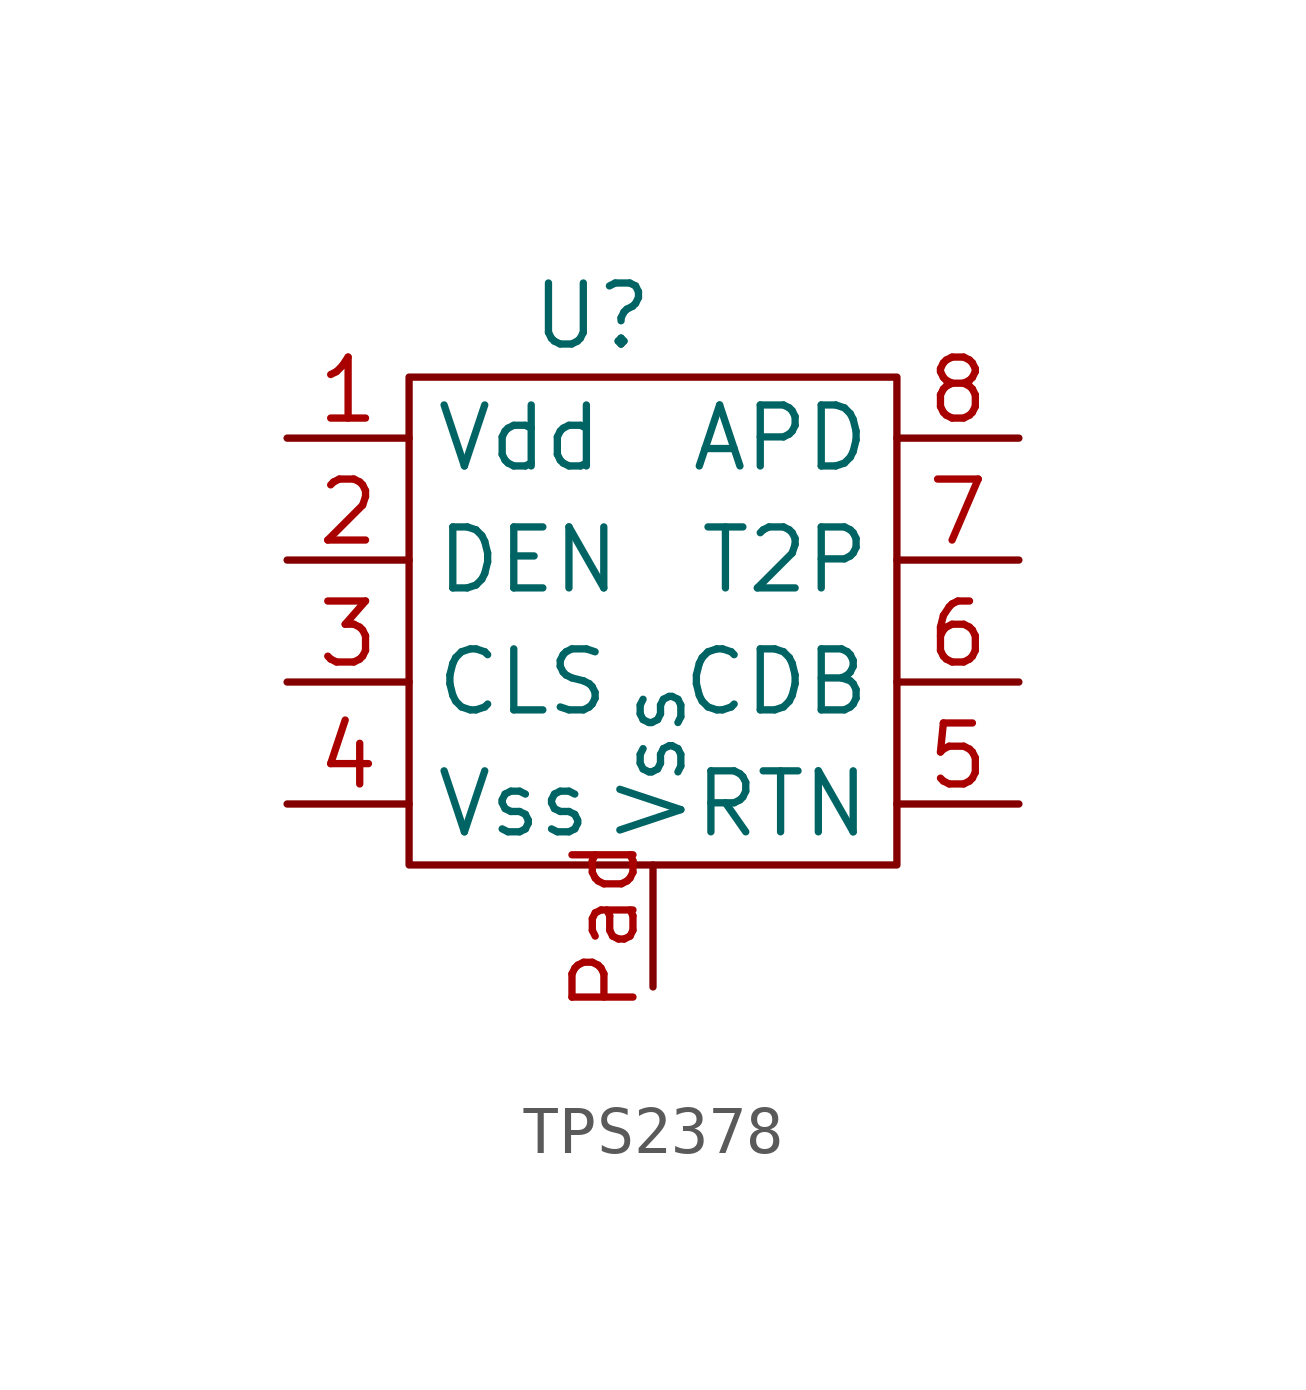
<source format=kicad_sym>
(kicad_symbol_lib
  (version 20220914)
  (generator kicad_symbol_editor)
  (symbol "TPS2378"
    (property "Reference" "U"
      (at -1.27 6.35 0)
      (effects (font (size 1.27 1.27))))
    (property "Value" ""
      (at 0 1.27 0)
      (effects (font (size 1.27 1.27))))
    (symbol "TPS2378_0_1"
      (rectangle (start -5.08 5.08) (end 5.08 -5.08) (stroke (width 0) (type default)) (fill (type none))))
    (symbol "TPS2378_1_1"
      (pin power_in line (at -7.62 3.81 0) (length 2.54) (name "Vdd" (effects (font (size 1.27 1.27)))) (number "1" (effects (font (size 1.27 1.27)))))
      (pin bidirectional line (at -7.62 1.27 0) (length 2.54) (name "DEN" (effects (font (size 1.27 1.27)))) (number "2" (effects (font (size 1.27 1.27)))))
      (pin output line (at -7.62 -1.27 0) (length 2.54) (name "CLS" (effects (font (size 1.27 1.27)))) (number "3" (effects (font (size 1.27 1.27)))))
      (pin power_in line (at -7.62 -3.81 0) (length 2.54) (name "Vss" (effects (font (size 1.27 1.27)))) (number "4" (effects (font (size 1.27 1.27)))))
      (pin power_in line (at 7.62 -3.81 180) (length 2.54) (name "RTN" (effects (font (size 1.27 1.27)))) (number "5" (effects (font (size 1.27 1.27)))))
      (pin output line (at 7.62 -1.27 180) (length 2.54) (name "CDB" (effects (font (size 1.27 1.27)))) (number "6" (effects (font (size 1.27 1.27)))))
      (pin output line (at 7.62 1.27 180) (length 2.54) (name "T2P" (effects (font (size 1.27 1.27)))) (number "7" (effects (font (size 1.27 1.27)))))
      (pin input line (at 7.62 3.81 180) (length 2.54) (name "APD" (effects (font (size 1.27 1.27)))) (number "8" (effects (font (size 1.27 1.27)))))
      (pin power_in line (at 0 -7.62 90) (length 2.54) (name "Vss" (effects (font (size 1.27 1.27)))) (number "Pad" (effects (font (size 1.27 1.27))))))))
</source>
